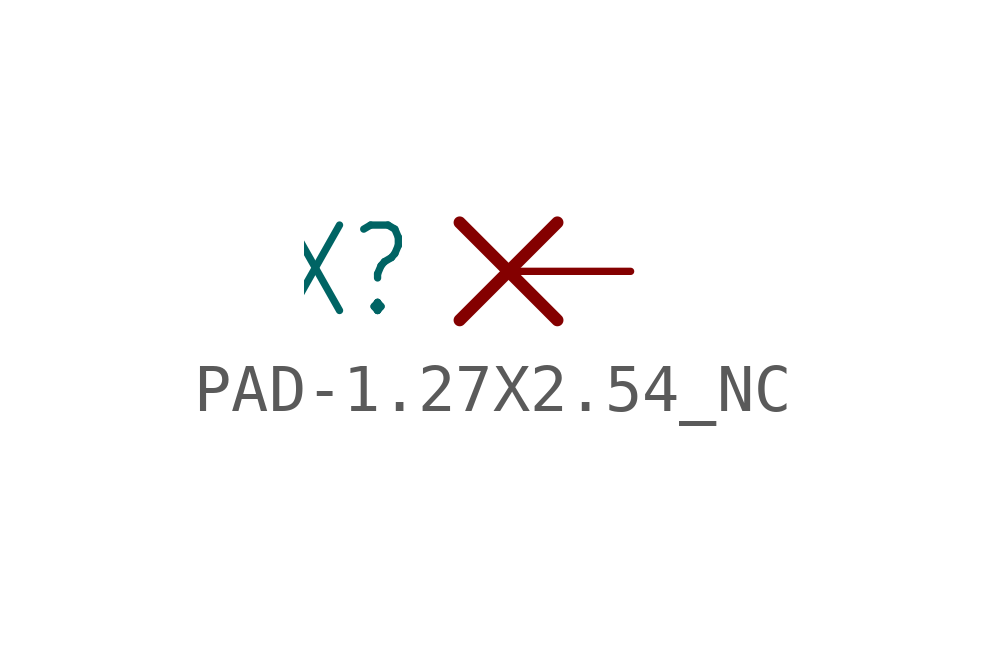
<source format=kicad_sym>
(kicad_symbol_lib
  (version 20211014)
  (generator kicad_symbol_editor)
  (symbol "PAD-1.27X2.54_NC"
    (property "Reference" "X"
      (at -1.905 0 0)
      (effects (font (size 1.778 1.511)) (justify right)))
    (property "ki_locked" ""
      (at 0 0 0)
      (effects (font (size 1.27 1.27))))
    (symbol "PAD-1.27X2.54_NC_1_0"
      (polyline (pts (xy -1.016 -1.016) (xy 1.016 1.016)) (stroke (width 0.254) (type default) (color 0 0 0 0)) (fill (type none)))
      (polyline (pts (xy -1.016 1.016) (xy 1.016 -1.016)) (stroke (width 0.254) (type default) (color 0 0 0 0)) (fill (type none)))
      (pin passive line (at 2.54 0 180) (length 2.54) (name "P" (effects (font (size 0 0)))) (number "1" (effects (font (size 0 0))))))))
</source>
